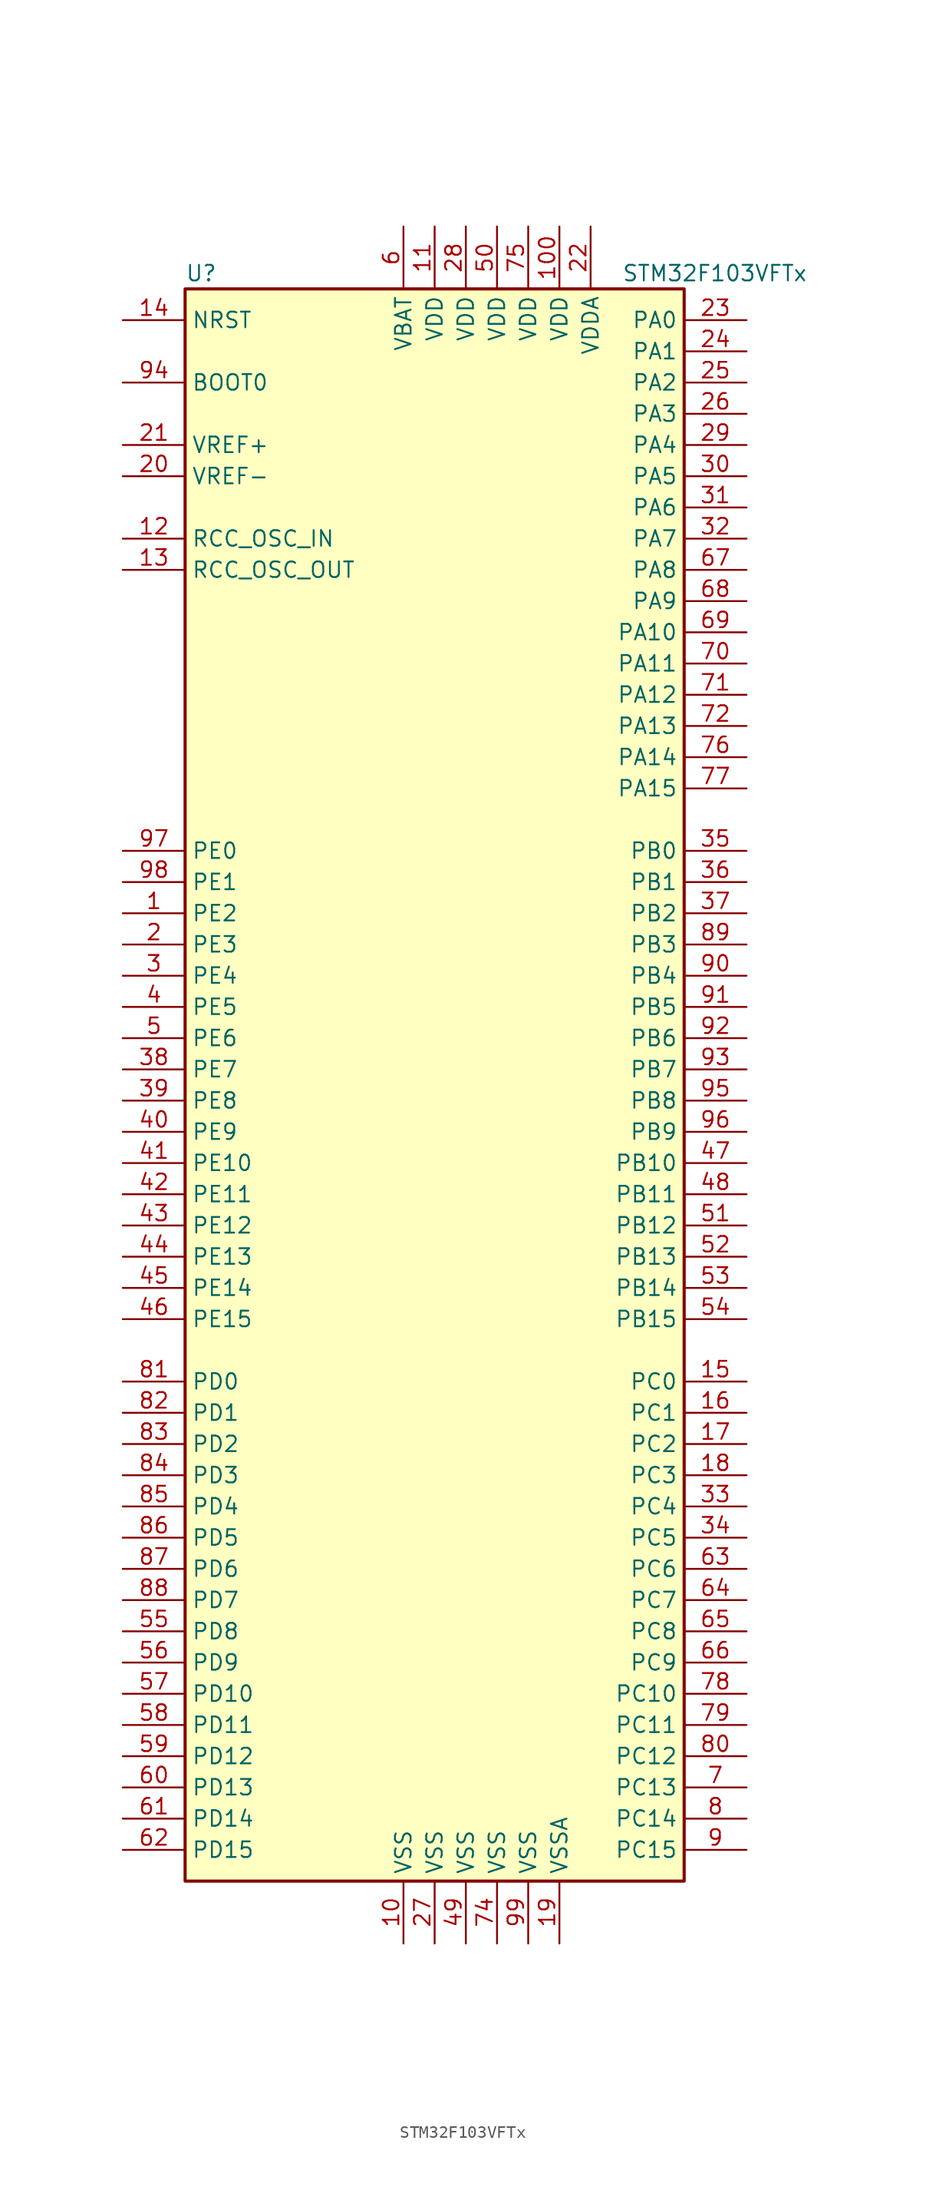
<source format=kicad_sym>
(kicad_symbol_lib
  (version 20200908)
  (generator kicad_symbol_editor)
  (symbol "MCU_ST_STM32F1:STM32F103VFTx"
    (property "Reference" "U"
      (at -20.32 64.77 0)
      (effects (font (size 1.27 1.27)) (justify left)))
    (property "Value" "STM32F103VFTx"
      (at 15.24 64.77 0)
      (effects (font (size 1.27 1.27)) (justify left)))
    (symbol "STM32F103VFTx_0_1"
      (rectangle (start -20.32 -66.04) (end 20.32 63.5) (stroke (width 0.254)) (fill (type background))))
    (symbol "STM32F103VFTx_1_1"
      (pin input line (at -25.4 55.88 0) (length 5.08) (name "BOOT0" (effects (font (size 1.27 1.27)))) (number "94" (effects (font (size 1.27 1.27)))))
      (pin unconnected line (at -20.32 -63.5 0) (length 5.08) hide (name "NC" (effects (font (size 1.27 1.27)))) (number "73" (effects (font (size 1.27 1.27)))))
      (pin input line (at -25.4 60.96 0) (length 5.08) (name "NRST" (effects (font (size 1.27 1.27)))) (number "14" (effects (font (size 1.27 1.27)))))
      (pin bidirectional line (at 25.4 60.96 180) (length 5.08) (name "PA0" (effects (font (size 1.27 1.27)))) (number "23" (effects (font (size 1.27 1.27)))))
      (pin bidirectional line (at 25.4 58.42 180) (length 5.08) (name "PA1" (effects (font (size 1.27 1.27)))) (number "24" (effects (font (size 1.27 1.27)))))
      (pin bidirectional line (at 25.4 35.56 180) (length 5.08) (name "PA10" (effects (font (size 1.27 1.27)))) (number "69" (effects (font (size 1.27 1.27)))))
      (pin bidirectional line (at 25.4 33.02 180) (length 5.08) (name "PA11" (effects (font (size 1.27 1.27)))) (number "70" (effects (font (size 1.27 1.27)))))
      (pin bidirectional line (at 25.4 30.48 180) (length 5.08) (name "PA12" (effects (font (size 1.27 1.27)))) (number "71" (effects (font (size 1.27 1.27)))))
      (pin bidirectional line (at 25.4 27.94 180) (length 5.08) (name "PA13" (effects (font (size 1.27 1.27)))) (number "72" (effects (font (size 1.27 1.27)))))
      (pin bidirectional line (at 25.4 25.4 180) (length 5.08) (name "PA14" (effects (font (size 1.27 1.27)))) (number "76" (effects (font (size 1.27 1.27)))))
      (pin bidirectional line (at 25.4 22.86 180) (length 5.08) (name "PA15" (effects (font (size 1.27 1.27)))) (number "77" (effects (font (size 1.27 1.27)))))
      (pin bidirectional line (at 25.4 55.88 180) (length 5.08) (name "PA2" (effects (font (size 1.27 1.27)))) (number "25" (effects (font (size 1.27 1.27)))))
      (pin bidirectional line (at 25.4 53.34 180) (length 5.08) (name "PA3" (effects (font (size 1.27 1.27)))) (number "26" (effects (font (size 1.27 1.27)))))
      (pin bidirectional line (at 25.4 50.8 180) (length 5.08) (name "PA4" (effects (font (size 1.27 1.27)))) (number "29" (effects (font (size 1.27 1.27)))))
      (pin bidirectional line (at 25.4 48.26 180) (length 5.08) (name "PA5" (effects (font (size 1.27 1.27)))) (number "30" (effects (font (size 1.27 1.27)))))
      (pin bidirectional line (at 25.4 45.72 180) (length 5.08) (name "PA6" (effects (font (size 1.27 1.27)))) (number "31" (effects (font (size 1.27 1.27)))))
      (pin bidirectional line (at 25.4 43.18 180) (length 5.08) (name "PA7" (effects (font (size 1.27 1.27)))) (number "32" (effects (font (size 1.27 1.27)))))
      (pin bidirectional line (at 25.4 40.64 180) (length 5.08) (name "PA8" (effects (font (size 1.27 1.27)))) (number "67" (effects (font (size 1.27 1.27)))))
      (pin bidirectional line (at 25.4 38.1 180) (length 5.08) (name "PA9" (effects (font (size 1.27 1.27)))) (number "68" (effects (font (size 1.27 1.27)))))
      (pin bidirectional line (at 25.4 17.78 180) (length 5.08) (name "PB0" (effects (font (size 1.27 1.27)))) (number "35" (effects (font (size 1.27 1.27)))))
      (pin bidirectional line (at 25.4 15.24 180) (length 5.08) (name "PB1" (effects (font (size 1.27 1.27)))) (number "36" (effects (font (size 1.27 1.27)))))
      (pin bidirectional line (at 25.4 -7.62 180) (length 5.08) (name "PB10" (effects (font (size 1.27 1.27)))) (number "47" (effects (font (size 1.27 1.27)))))
      (pin bidirectional line (at 25.4 -10.16 180) (length 5.08) (name "PB11" (effects (font (size 1.27 1.27)))) (number "48" (effects (font (size 1.27 1.27)))))
      (pin bidirectional line (at 25.4 -12.7 180) (length 5.08) (name "PB12" (effects (font (size 1.27 1.27)))) (number "51" (effects (font (size 1.27 1.27)))))
      (pin bidirectional line (at 25.4 -15.24 180) (length 5.08) (name "PB13" (effects (font (size 1.27 1.27)))) (number "52" (effects (font (size 1.27 1.27)))))
      (pin bidirectional line (at 25.4 -17.78 180) (length 5.08) (name "PB14" (effects (font (size 1.27 1.27)))) (number "53" (effects (font (size 1.27 1.27)))))
      (pin bidirectional line (at 25.4 -20.32 180) (length 5.08) (name "PB15" (effects (font (size 1.27 1.27)))) (number "54" (effects (font (size 1.27 1.27)))))
      (pin bidirectional line (at 25.4 12.7 180) (length 5.08) (name "PB2" (effects (font (size 1.27 1.27)))) (number "37" (effects (font (size 1.27 1.27)))))
      (pin bidirectional line (at 25.4 10.16 180) (length 5.08) (name "PB3" (effects (font (size 1.27 1.27)))) (number "89" (effects (font (size 1.27 1.27)))))
      (pin bidirectional line (at 25.4 7.62 180) (length 5.08) (name "PB4" (effects (font (size 1.27 1.27)))) (number "90" (effects (font (size 1.27 1.27)))))
      (pin bidirectional line (at 25.4 5.08 180) (length 5.08) (name "PB5" (effects (font (size 1.27 1.27)))) (number "91" (effects (font (size 1.27 1.27)))))
      (pin bidirectional line (at 25.4 2.54 180) (length 5.08) (name "PB6" (effects (font (size 1.27 1.27)))) (number "92" (effects (font (size 1.27 1.27)))))
      (pin bidirectional line (at 25.4 0 180) (length 5.08) (name "PB7" (effects (font (size 1.27 1.27)))) (number "93" (effects (font (size 1.27 1.27)))))
      (pin bidirectional line (at 25.4 -2.54 180) (length 5.08) (name "PB8" (effects (font (size 1.27 1.27)))) (number "95" (effects (font (size 1.27 1.27)))))
      (pin bidirectional line (at 25.4 -5.08 180) (length 5.08) (name "PB9" (effects (font (size 1.27 1.27)))) (number "96" (effects (font (size 1.27 1.27)))))
      (pin bidirectional line (at 25.4 -25.4 180) (length 5.08) (name "PC0" (effects (font (size 1.27 1.27)))) (number "15" (effects (font (size 1.27 1.27)))))
      (pin bidirectional line (at 25.4 -27.94 180) (length 5.08) (name "PC1" (effects (font (size 1.27 1.27)))) (number "16" (effects (font (size 1.27 1.27)))))
      (pin bidirectional line (at 25.4 -50.8 180) (length 5.08) (name "PC10" (effects (font (size 1.27 1.27)))) (number "78" (effects (font (size 1.27 1.27)))))
      (pin bidirectional line (at 25.4 -53.34 180) (length 5.08) (name "PC11" (effects (font (size 1.27 1.27)))) (number "79" (effects (font (size 1.27 1.27)))))
      (pin bidirectional line (at 25.4 -55.88 180) (length 5.08) (name "PC12" (effects (font (size 1.27 1.27)))) (number "80" (effects (font (size 1.27 1.27)))))
      (pin bidirectional line (at 25.4 -58.42 180) (length 5.08) (name "PC13" (effects (font (size 1.27 1.27)))) (number "7" (effects (font (size 1.27 1.27)))))
      (pin bidirectional line (at 25.4 -60.96 180) (length 5.08) (name "PC14" (effects (font (size 1.27 1.27)))) (number "8" (effects (font (size 1.27 1.27)))))
      (pin bidirectional line (at 25.4 -63.5 180) (length 5.08) (name "PC15" (effects (font (size 1.27 1.27)))) (number "9" (effects (font (size 1.27 1.27)))))
      (pin bidirectional line (at 25.4 -30.48 180) (length 5.08) (name "PC2" (effects (font (size 1.27 1.27)))) (number "17" (effects (font (size 1.27 1.27)))))
      (pin bidirectional line (at 25.4 -33.02 180) (length 5.08) (name "PC3" (effects (font (size 1.27 1.27)))) (number "18" (effects (font (size 1.27 1.27)))))
      (pin bidirectional line (at 25.4 -35.56 180) (length 5.08) (name "PC4" (effects (font (size 1.27 1.27)))) (number "33" (effects (font (size 1.27 1.27)))))
      (pin bidirectional line (at 25.4 -38.1 180) (length 5.08) (name "PC5" (effects (font (size 1.27 1.27)))) (number "34" (effects (font (size 1.27 1.27)))))
      (pin bidirectional line (at 25.4 -40.64 180) (length 5.08) (name "PC6" (effects (font (size 1.27 1.27)))) (number "63" (effects (font (size 1.27 1.27)))))
      (pin bidirectional line (at 25.4 -43.18 180) (length 5.08) (name "PC7" (effects (font (size 1.27 1.27)))) (number "64" (effects (font (size 1.27 1.27)))))
      (pin bidirectional line (at 25.4 -45.72 180) (length 5.08) (name "PC8" (effects (font (size 1.27 1.27)))) (number "65" (effects (font (size 1.27 1.27)))))
      (pin bidirectional line (at 25.4 -48.26 180) (length 5.08) (name "PC9" (effects (font (size 1.27 1.27)))) (number "66" (effects (font (size 1.27 1.27)))))
      (pin bidirectional line (at -25.4 -25.4 0) (length 5.08) (name "PD0" (effects (font (size 1.27 1.27)))) (number "81" (effects (font (size 1.27 1.27)))))
      (pin bidirectional line (at -25.4 -27.94 0) (length 5.08) (name "PD1" (effects (font (size 1.27 1.27)))) (number "82" (effects (font (size 1.27 1.27)))))
      (pin bidirectional line (at -25.4 -50.8 0) (length 5.08) (name "PD10" (effects (font (size 1.27 1.27)))) (number "57" (effects (font (size 1.27 1.27)))))
      (pin bidirectional line (at -25.4 -53.34 0) (length 5.08) (name "PD11" (effects (font (size 1.27 1.27)))) (number "58" (effects (font (size 1.27 1.27)))))
      (pin bidirectional line (at -25.4 -55.88 0) (length 5.08) (name "PD12" (effects (font (size 1.27 1.27)))) (number "59" (effects (font (size 1.27 1.27)))))
      (pin bidirectional line (at -25.4 -58.42 0) (length 5.08) (name "PD13" (effects (font (size 1.27 1.27)))) (number "60" (effects (font (size 1.27 1.27)))))
      (pin bidirectional line (at -25.4 -60.96 0) (length 5.08) (name "PD14" (effects (font (size 1.27 1.27)))) (number "61" (effects (font (size 1.27 1.27)))))
      (pin bidirectional line (at -25.4 -63.5 0) (length 5.08) (name "PD15" (effects (font (size 1.27 1.27)))) (number "62" (effects (font (size 1.27 1.27)))))
      (pin bidirectional line (at -25.4 -30.48 0) (length 5.08) (name "PD2" (effects (font (size 1.27 1.27)))) (number "83" (effects (font (size 1.27 1.27)))))
      (pin bidirectional line (at -25.4 -33.02 0) (length 5.08) (name "PD3" (effects (font (size 1.27 1.27)))) (number "84" (effects (font (size 1.27 1.27)))))
      (pin bidirectional line (at -25.4 -35.56 0) (length 5.08) (name "PD4" (effects (font (size 1.27 1.27)))) (number "85" (effects (font (size 1.27 1.27)))))
      (pin bidirectional line (at -25.4 -38.1 0) (length 5.08) (name "PD5" (effects (font (size 1.27 1.27)))) (number "86" (effects (font (size 1.27 1.27)))))
      (pin bidirectional line (at -25.4 -40.64 0) (length 5.08) (name "PD6" (effects (font (size 1.27 1.27)))) (number "87" (effects (font (size 1.27 1.27)))))
      (pin bidirectional line (at -25.4 -43.18 0) (length 5.08) (name "PD7" (effects (font (size 1.27 1.27)))) (number "88" (effects (font (size 1.27 1.27)))))
      (pin bidirectional line (at -25.4 -45.72 0) (length 5.08) (name "PD8" (effects (font (size 1.27 1.27)))) (number "55" (effects (font (size 1.27 1.27)))))
      (pin bidirectional line (at -25.4 -48.26 0) (length 5.08) (name "PD9" (effects (font (size 1.27 1.27)))) (number "56" (effects (font (size 1.27 1.27)))))
      (pin bidirectional line (at -25.4 17.78 0) (length 5.08) (name "PE0" (effects (font (size 1.27 1.27)))) (number "97" (effects (font (size 1.27 1.27)))))
      (pin bidirectional line (at -25.4 15.24 0) (length 5.08) (name "PE1" (effects (font (size 1.27 1.27)))) (number "98" (effects (font (size 1.27 1.27)))))
      (pin bidirectional line (at -25.4 -7.62 0) (length 5.08) (name "PE10" (effects (font (size 1.27 1.27)))) (number "41" (effects (font (size 1.27 1.27)))))
      (pin bidirectional line (at -25.4 -10.16 0) (length 5.08) (name "PE11" (effects (font (size 1.27 1.27)))) (number "42" (effects (font (size 1.27 1.27)))))
      (pin bidirectional line (at -25.4 -12.7 0) (length 5.08) (name "PE12" (effects (font (size 1.27 1.27)))) (number "43" (effects (font (size 1.27 1.27)))))
      (pin bidirectional line (at -25.4 -15.24 0) (length 5.08) (name "PE13" (effects (font (size 1.27 1.27)))) (number "44" (effects (font (size 1.27 1.27)))))
      (pin bidirectional line (at -25.4 -17.78 0) (length 5.08) (name "PE14" (effects (font (size 1.27 1.27)))) (number "45" (effects (font (size 1.27 1.27)))))
      (pin bidirectional line (at -25.4 -20.32 0) (length 5.08) (name "PE15" (effects (font (size 1.27 1.27)))) (number "46" (effects (font (size 1.27 1.27)))))
      (pin bidirectional line (at -25.4 12.7 0) (length 5.08) (name "PE2" (effects (font (size 1.27 1.27)))) (number "1" (effects (font (size 1.27 1.27)))))
      (pin bidirectional line (at -25.4 10.16 0) (length 5.08) (name "PE3" (effects (font (size 1.27 1.27)))) (number "2" (effects (font (size 1.27 1.27)))))
      (pin bidirectional line (at -25.4 7.62 0) (length 5.08) (name "PE4" (effects (font (size 1.27 1.27)))) (number "3" (effects (font (size 1.27 1.27)))))
      (pin bidirectional line (at -25.4 5.08 0) (length 5.08) (name "PE5" (effects (font (size 1.27 1.27)))) (number "4" (effects (font (size 1.27 1.27)))))
      (pin bidirectional line (at -25.4 2.54 0) (length 5.08) (name "PE6" (effects (font (size 1.27 1.27)))) (number "5" (effects (font (size 1.27 1.27)))))
      (pin bidirectional line (at -25.4 0 0) (length 5.08) (name "PE7" (effects (font (size 1.27 1.27)))) (number "38" (effects (font (size 1.27 1.27)))))
      (pin bidirectional line (at -25.4 -2.54 0) (length 5.08) (name "PE8" (effects (font (size 1.27 1.27)))) (number "39" (effects (font (size 1.27 1.27)))))
      (pin bidirectional line (at -25.4 -5.08 0) (length 5.08) (name "PE9" (effects (font (size 1.27 1.27)))) (number "40" (effects (font (size 1.27 1.27)))))
      (pin input line (at -25.4 43.18 0) (length 5.08) (name "RCC_OSC_IN" (effects (font (size 1.27 1.27)))) (number "12" (effects (font (size 1.27 1.27)))))
      (pin input line (at -25.4 40.64 0) (length 5.08) (name "RCC_OSC_OUT" (effects (font (size 1.27 1.27)))) (number "13" (effects (font (size 1.27 1.27)))))
      (pin power_in line (at -2.54 68.58 270) (length 5.08) (name "VBAT" (effects (font (size 1.27 1.27)))) (number "6" (effects (font (size 1.27 1.27)))))
      (pin power_in line (at 10.16 68.58 270) (length 5.08) (name "VDD" (effects (font (size 1.27 1.27)))) (number "100" (effects (font (size 1.27 1.27)))))
      (pin power_in line (at 0 68.58 270) (length 5.08) (name "VDD" (effects (font (size 1.27 1.27)))) (number "11" (effects (font (size 1.27 1.27)))))
      (pin power_in line (at 2.54 68.58 270) (length 5.08) (name "VDD" (effects (font (size 1.27 1.27)))) (number "28" (effects (font (size 1.27 1.27)))))
      (pin power_in line (at 5.08 68.58 270) (length 5.08) (name "VDD" (effects (font (size 1.27 1.27)))) (number "50" (effects (font (size 1.27 1.27)))))
      (pin power_in line (at 7.62 68.58 270) (length 5.08) (name "VDD" (effects (font (size 1.27 1.27)))) (number "75" (effects (font (size 1.27 1.27)))))
      (pin power_in line (at 12.7 68.58 270) (length 5.08) (name "VDDA" (effects (font (size 1.27 1.27)))) (number "22" (effects (font (size 1.27 1.27)))))
      (pin power_in line (at -25.4 50.8 0) (length 5.08) (name "VREF+" (effects (font (size 1.27 1.27)))) (number "21" (effects (font (size 1.27 1.27)))))
      (pin power_in line (at -25.4 48.26 0) (length 5.08) (name "VREF-" (effects (font (size 1.27 1.27)))) (number "20" (effects (font (size 1.27 1.27)))))
      (pin power_in line (at -2.54 -71.12 90) (length 5.08) (name "VSS" (effects (font (size 1.27 1.27)))) (number "10" (effects (font (size 1.27 1.27)))))
      (pin power_in line (at 0 -71.12 90) (length 5.08) (name "VSS" (effects (font (size 1.27 1.27)))) (number "27" (effects (font (size 1.27 1.27)))))
      (pin power_in line (at 2.54 -71.12 90) (length 5.08) (name "VSS" (effects (font (size 1.27 1.27)))) (number "49" (effects (font (size 1.27 1.27)))))
      (pin power_in line (at 5.08 -71.12 90) (length 5.08) (name "VSS" (effects (font (size 1.27 1.27)))) (number "74" (effects (font (size 1.27 1.27)))))
      (pin power_in line (at 7.62 -71.12 90) (length 5.08) (name "VSS" (effects (font (size 1.27 1.27)))) (number "99" (effects (font (size 1.27 1.27)))))
      (pin power_in line (at 10.16 -71.12 90) (length 5.08) (name "VSSA" (effects (font (size 1.27 1.27)))) (number "19" (effects (font (size 1.27 1.27))))))))
</source>
